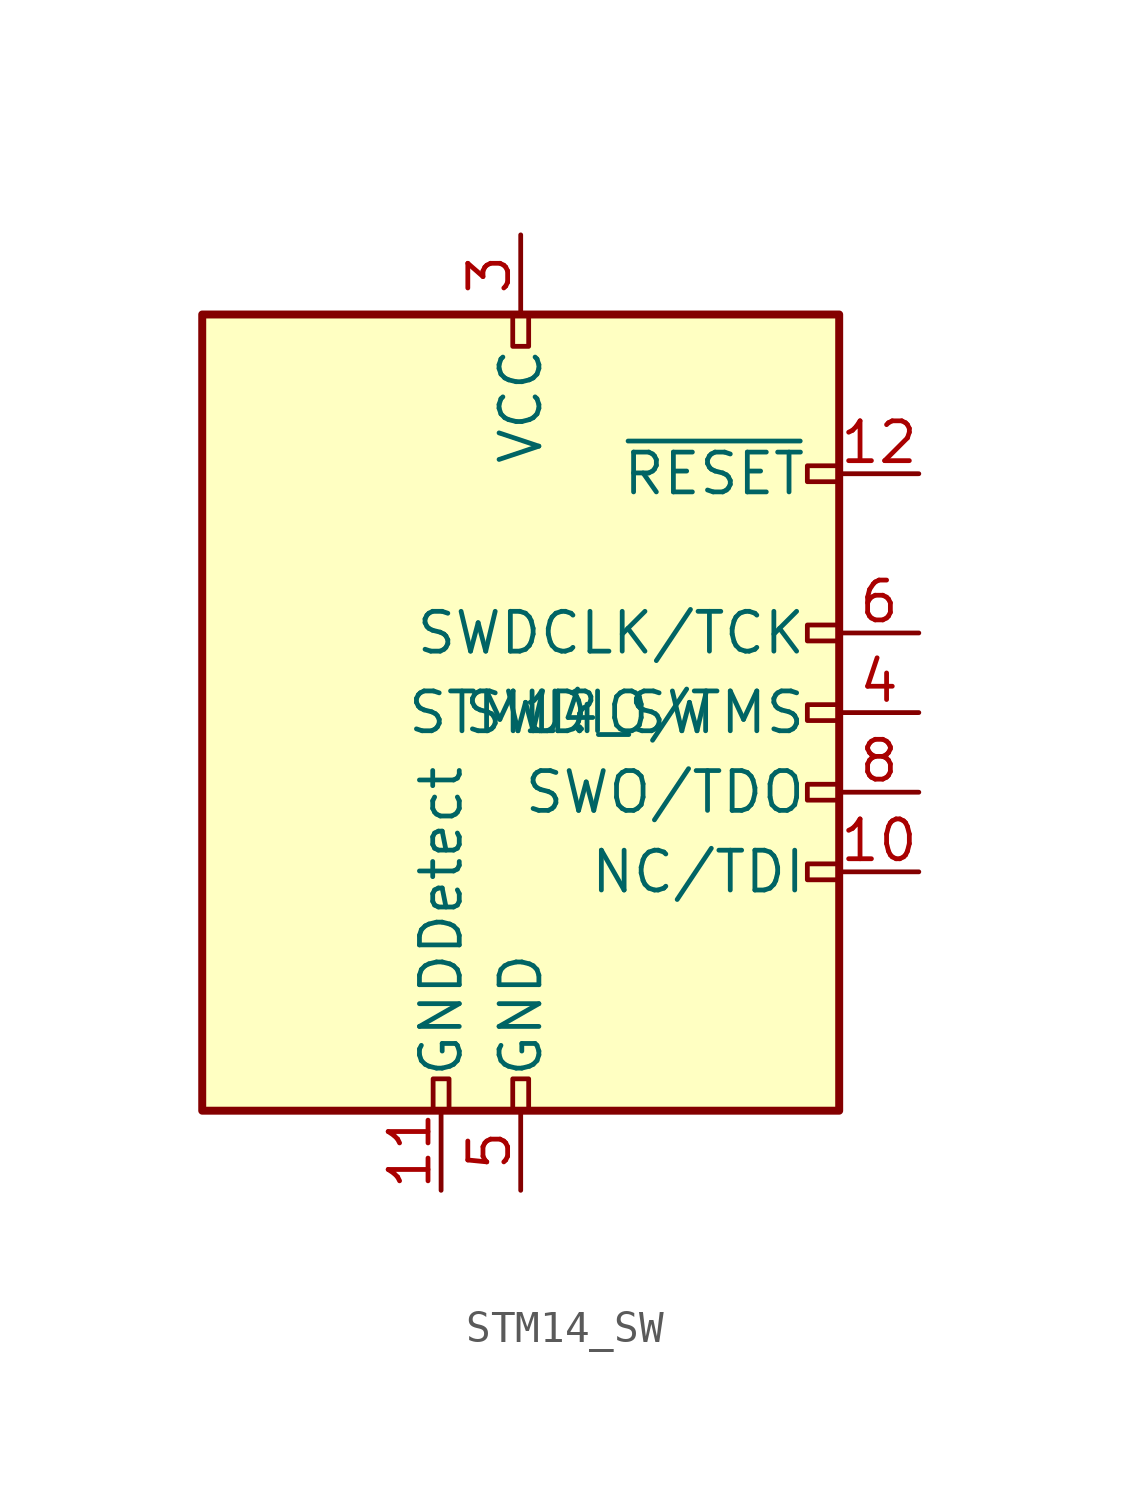
<source format=kicad_sym>
(kicad_symbol_lib
  (version 20211014)
  (generator kicad_symbol_editor)
  (symbol "STM14_SW"
    (pin_names
      (offset 1.016))
    (property "Reference" "U"
      (at 0 0 0)
      (effects (font (size 1.27 1.27))))
    (property "Value" "STM14_SW"
      (at 0 0 0)
      (effects (font (size 1.27 1.27))))
    (symbol "STM14_SW_1_1"
      (rectangle (start -11.43 12.7) (end 8.89 -12.7) (stroke (width 0.254) (type default) (color 0 0 0 0)) (fill (type background)))
      (rectangle (start -4.064 -12.7) (end -3.556 -11.684) (stroke (width 0) (type default) (color 0 0 0 0)) (fill (type none)))
      (rectangle (start -1.524 -12.7) (end -1.016 -11.684) (stroke (width 0) (type default) (color 0 0 0 0)) (fill (type none)))
      (rectangle (start -1.524 12.7) (end -1.016 11.684) (stroke (width 0) (type default) (color 0 0 0 0)) (fill (type none)))
      (rectangle (start 7.874 -5.334) (end 8.89 -4.826) (stroke (width 0) (type default) (color 0 0 0 0)) (fill (type none)))
      (rectangle (start 7.874 2.286) (end 8.89 2.794) (stroke (width 0) (type default) (color 0 0 0 0)) (fill (type none)))
      (rectangle (start 8.89 -2.794) (end 7.874 -2.286) (stroke (width 0) (type default) (color 0 0 0 0)) (fill (type none)))
      (rectangle (start 8.89 -0.254) (end 7.874 0.254) (stroke (width 0) (type default) (color 0 0 0 0)) (fill (type none)))
      (rectangle (start 8.89 7.874) (end 7.874 7.366) (stroke (width 0) (type default) (color 0 0 0 0)) (fill (type none)))
      (pin output line (at 11.43 -5.08 180) (length 2.54) (name "NC/TDI" (effects (font (size 1.27 1.27)))) (number "10" (effects (font (size 1.27 1.27)))))
      (pin input line (at -3.81 -15.24 90) (length 2.54) (name "GNDDetect" (effects (font (size 1.27 1.27)))) (number "11" (effects (font (size 1.27 1.27)))))
      (pin open_collector line (at 11.43 7.62 180) (length 2.54) (name "~{RESET}" (effects (font (size 1.27 1.27)))) (number "12" (effects (font (size 1.27 1.27)))))
      (pin power_in line (at -1.27 15.24 270) (length 2.54) (name "VCC" (effects (font (size 1.27 1.27)))) (number "3" (effects (font (size 1.27 1.27)))))
      (pin bidirectional line (at 11.43 0 180) (length 2.54) (name "SWDIO/TMS" (effects (font (size 1.27 1.27)))) (number "4" (effects (font (size 1.27 1.27)))))
      (pin power_in line (at -1.27 -15.24 90) (length 2.54) (name "GND" (effects (font (size 1.27 1.27)))) (number "5" (effects (font (size 1.27 1.27)))))
      (pin output line (at 11.43 2.54 180) (length 2.54) (name "SWDCLK/TCK" (effects (font (size 1.27 1.27)))) (number "6" (effects (font (size 1.27 1.27)))))
      (pin no_connect line (at -11.43 0 0) (length 2.54) hide (name "KEY" (effects (font (size 1.27 1.27)))) (number "7" (effects (font (size 1.27 1.27)))))
      (pin input line (at 11.43 -2.54 180) (length 2.54) (name "SWO/TDO" (effects (font (size 1.27 1.27)))) (number "8" (effects (font (size 1.27 1.27))))))))
</source>
